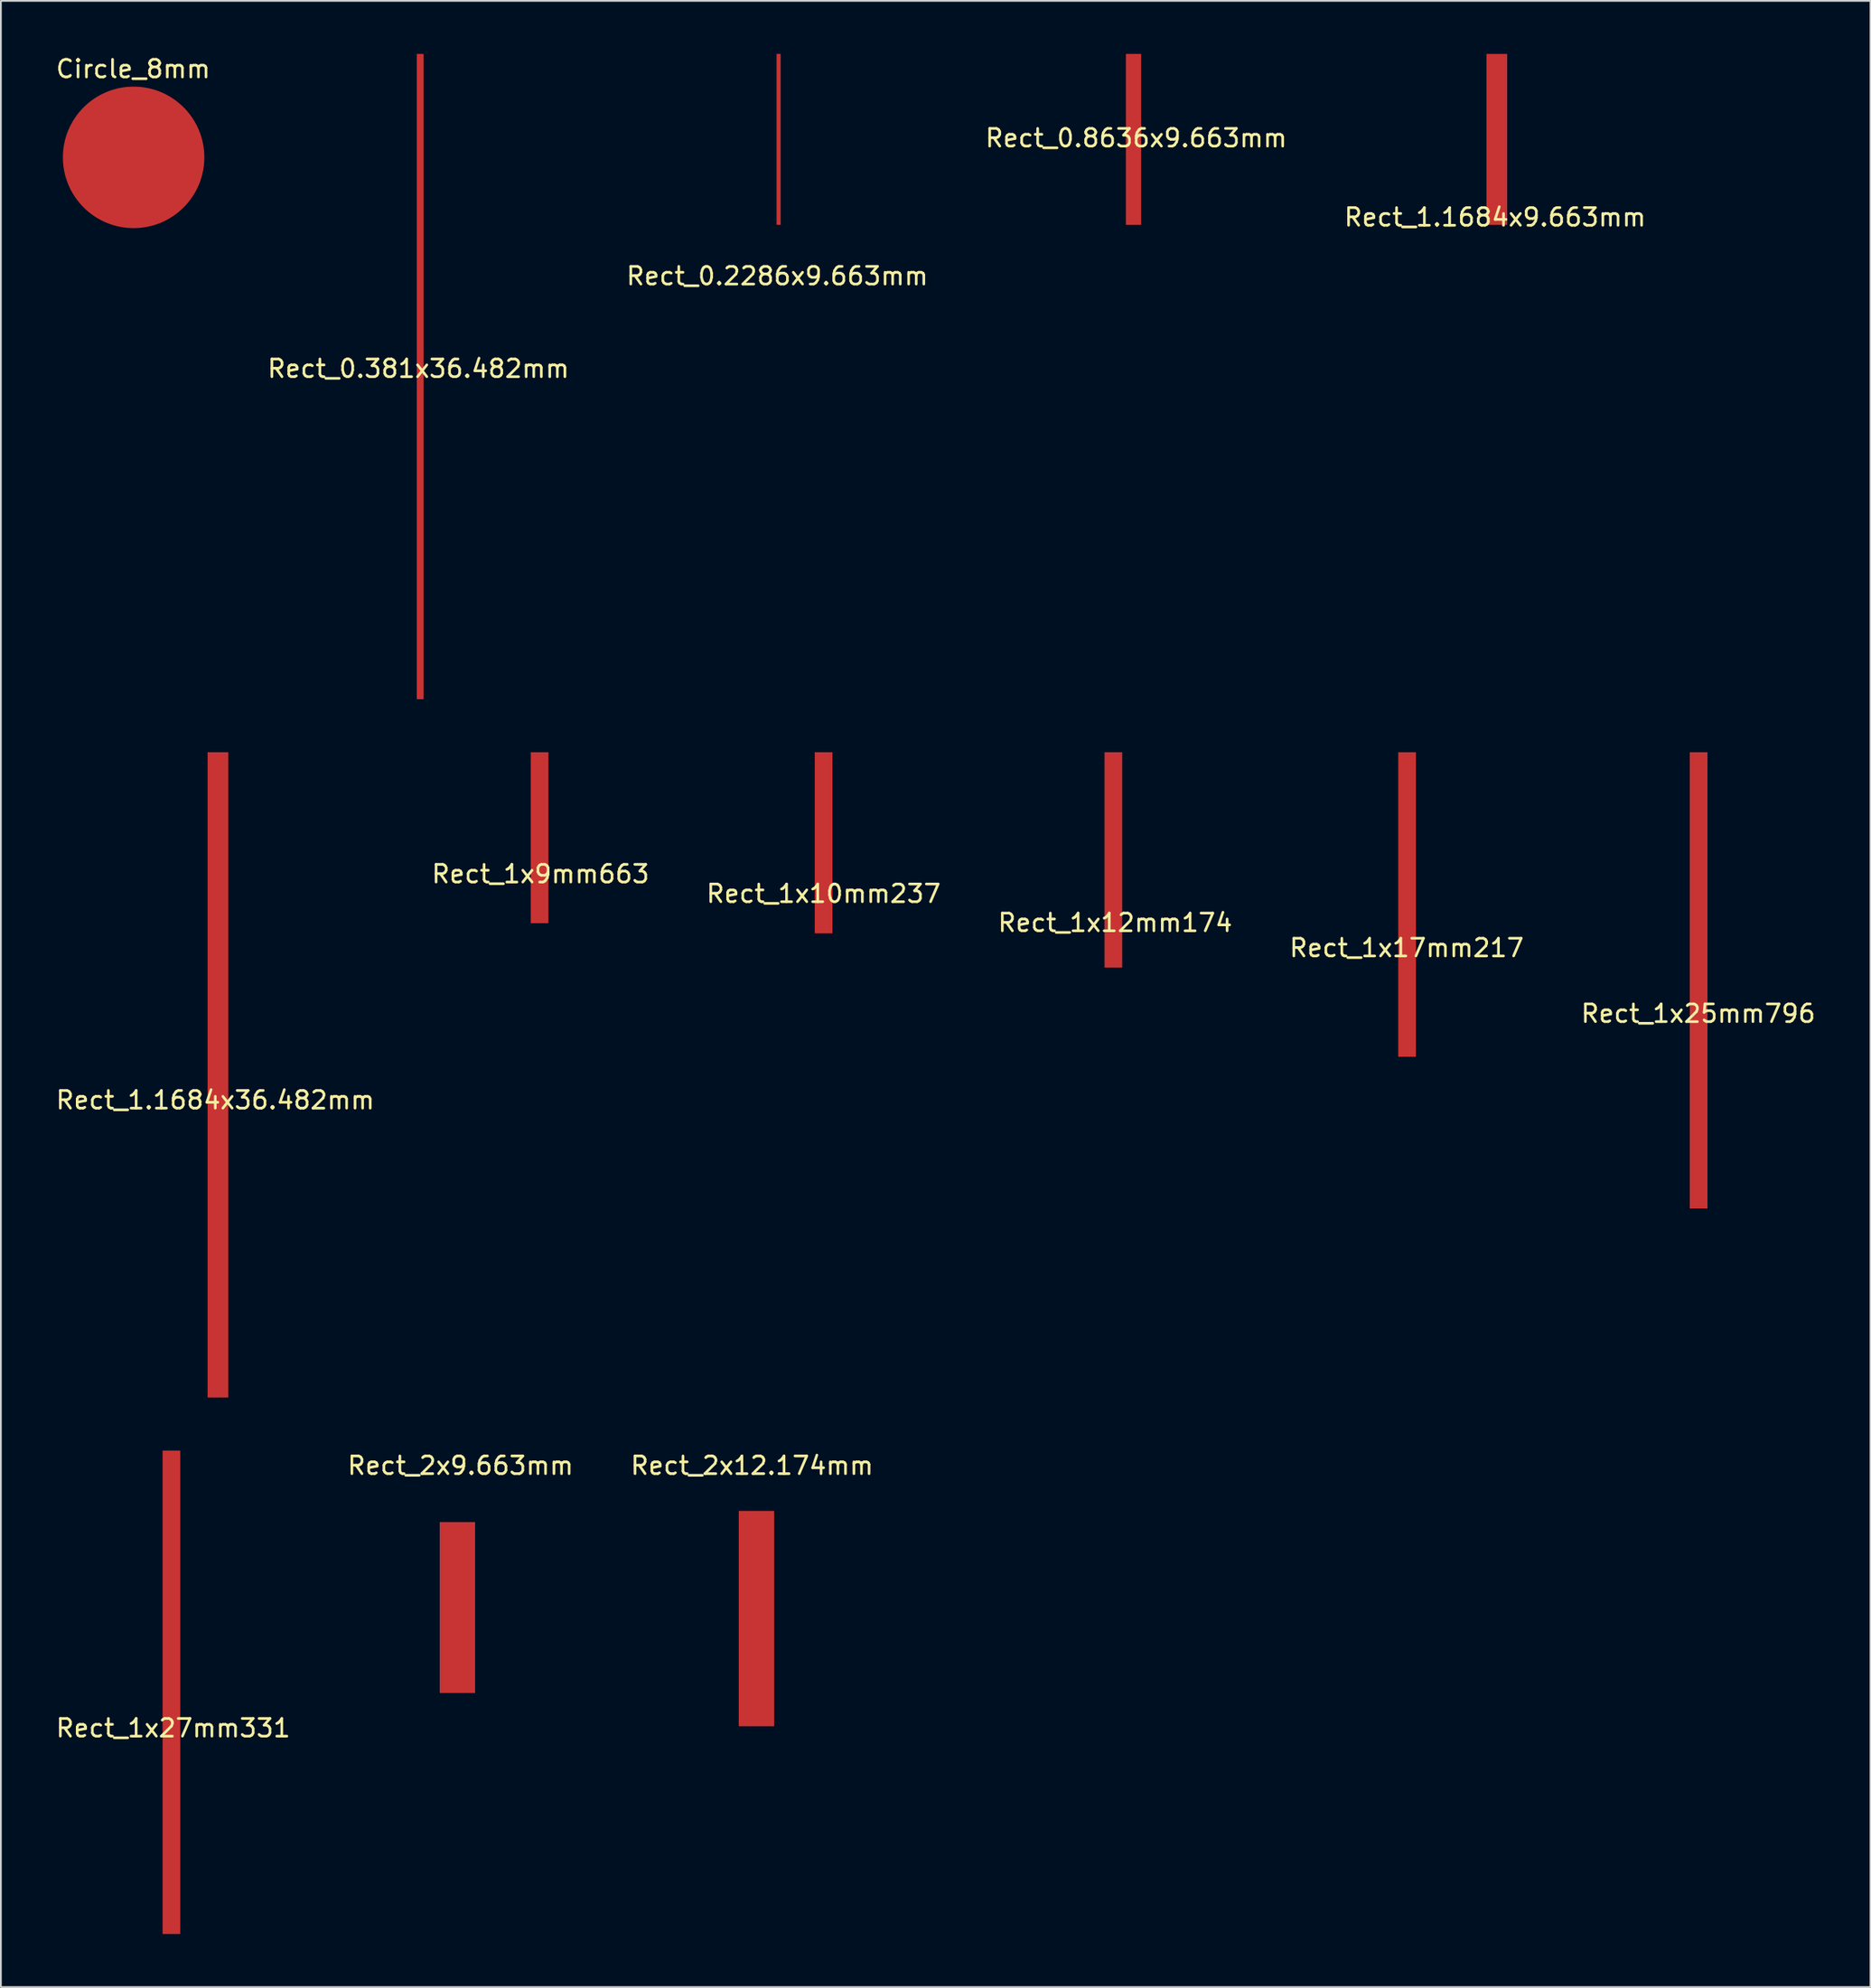
<source format=kicad_pcb>
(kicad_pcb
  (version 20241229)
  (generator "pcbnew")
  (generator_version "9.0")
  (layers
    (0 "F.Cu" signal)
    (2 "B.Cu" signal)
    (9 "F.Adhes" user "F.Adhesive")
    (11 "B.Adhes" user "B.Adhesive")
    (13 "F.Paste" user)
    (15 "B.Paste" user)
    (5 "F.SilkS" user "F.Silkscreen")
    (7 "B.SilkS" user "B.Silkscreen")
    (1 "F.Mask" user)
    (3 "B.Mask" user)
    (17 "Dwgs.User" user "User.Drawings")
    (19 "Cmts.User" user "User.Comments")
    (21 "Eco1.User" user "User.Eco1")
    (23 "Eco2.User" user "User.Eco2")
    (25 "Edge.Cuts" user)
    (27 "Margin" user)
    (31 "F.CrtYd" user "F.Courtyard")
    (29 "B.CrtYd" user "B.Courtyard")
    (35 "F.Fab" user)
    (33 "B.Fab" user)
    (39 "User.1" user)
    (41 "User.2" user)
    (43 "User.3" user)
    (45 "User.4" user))
  (footprint "Rect_2x12.174mm"
    (layer "F.Cu")
    (at 39.482 79.312)
    (property "Reference" "Rect_2x12.174mm" (at 0 0.5 0) (layer "F.SilkS") (effects (font (size 1 1) (thickness 0.15))))
    (attr through_hole)
    (pad "1" smd rect (at 0.25 9.15) (size 2 12.174) (layers "F.Cu" "F.Mask" "F.Paste")))
  (footprint "Rect_0.381x36.482mm"
    (layer "F.Cu")
    (at 20.613 17.291)
    (property "Reference" "Rect_0.381x36.482mm" (at 0 0.5 0) (layer "F.SilkS") (effects (font (size 1 1) (thickness 0.15))))
    (attr through_hole)
    (pad "1" smd rect (at 0.1 0.95) (size 0.381 36.482) (layers "F.Cu" "F.Mask" "F.Paste")))
  (footprint "Rect_1x12mm174"
    (layer "F.Cu")
    (at 60.018 48.619)
    (property "Reference" "Rect_1x12mm174" (at 0 0.5 0) (layer "F.SilkS") (effects (font (size 1 1) (thickness 0.15))))
    (attr through_hole)
    (pad "1" smd rect (at -0.1 -3.05) (size 1 12.174) (layers "F.Cu" "F.Mask" "F.Paste")))
  (footprint "Rect_2x9.663mm"
    (layer "F.Cu")
    (at 22.994 79.312)
    (property "Reference" "Rect_2x9.663mm" (at 0 0.5 0) (layer "F.SilkS") (effects (font (size 1 1) (thickness 0.15))))
    (attr through_hole)
    (pad "1" smd rect (at -0.175 8.525) (size 2 9.663) (layers "F.Cu" "F.Mask" "F.Paste")))
  (footprint "Rect_1.1684x9.663mm"
    (layer "F.Cu")
    (at 81.506 8.732)
    (property "Reference" "Rect_1.1684x9.663mm" (at 0 0.5 0) (layer "F.SilkS") (effects (font (size 1 1) (thickness 0.15))))
    (attr through_hole)
    (pad "1" smd rect (at 0.1 -3.9) (size 1.168 9.663) (layers "F.Cu" "F.Mask" "F.Paste")))
  (footprint "Rect_0.8636x9.663mm"
    (layer "F.Cu")
    (at 61.208 4.256)
    (property "Reference" "Rect_0.8636x9.663mm" (at 0 0.5 0) (layer "F.SilkS") (effects (font (size 1 1) (thickness 0.15))))
    (attr through_hole)
    (pad "1" smd rect (at -0.15 0.575) (size 0.864 9.663) (layers "F.Cu" "F.Mask" "F.Paste")))
  (footprint "Rect_1x17mm217"
    (layer "F.Cu")
    (at 76.506 50.041)
    (property "Reference" "Rect_1x17mm217" (at 0 0.5 0) (layer "F.SilkS") (effects (font (size 1 1) (thickness 0.15))))
    (attr through_hole)
    (pad "1" smd rect (at 0.025 -1.95) (size 1 17.217) (layers "F.Cu" "F.Mask" "F.Paste")))
  (footprint "Rect_1.1684x36.482mm"
    (layer "F.Cu")
    (at 9.125 58.648)
    (property "Reference" "Rect_1.1684x36.482mm" (at 0 0.5 0) (layer "F.SilkS") (effects (font (size 1 1) (thickness 0.15))))
    (attr through_hole)
    (pad "1" smd rect (at 0.15 -0.925) (size 1.168 36.482) (layers "F.Cu" "F.Mask" "F.Paste")))
  (footprint "Rect_1x27mm331"
    (layer "F.Cu")
    (at 6.744 94.154)
    (property "Reference" "Rect_1x27mm331" (at 0 0.5 0) (layer "F.SilkS") (effects (font (size 1 1) (thickness 0.15))))
    (attr through_hole)
    (pad "1" smd rect (at -0.1 -1.525) (size 1 27.331) (layers "F.Cu" "F.Mask" "F.Paste")))
  (footprint "Circle_8mm"
    (layer "F.Cu")
    (at 4.482 0.348)
    (property "Reference" "Circle_8mm" (at 0 0.5 0) (layer "F.SilkS") (effects (font (size 1 1) (thickness 0.15))))
    (attr through_hole)
    (pad "1" smd circle (at 0.025 5.5) (size 8 8) (layers "F.Cu" "F.Mask" "F.Paste")))
  (footprint "Rect_1x10mm237"
    (layer "F.Cu")
    (at 43.53 46.975)
    (property "Reference" "Rect_1x10mm237" (at 0 0.5 0) (layer "F.SilkS") (effects (font (size 1 1) (thickness 0.15))))
    (attr through_hole)
    (pad "1" smd rect (at 0 -2.375) (size 1 10.237) (layers "F.Cu" "F.Mask" "F.Paste")))
  (footprint "Rect_1x25mm796"
    (layer "F.Cu")
    (at 92.994 53.755)
    (property "Reference" "Rect_1x25mm796" (at 0 0.5 0) (layer "F.SilkS") (effects (font (size 1 1) (thickness 0.15))))
    (attr through_hole)
    (pad "1" smd rect (at 0.025 -1.375) (size 1 25.796) (layers "F.Cu" "F.Mask" "F.Paste")))
  (footprint "Rect_1x9mm663"
    (layer "F.Cu")
    (at 27.518 45.864)
    (property "Reference" "Rect_1x9mm663" (at 0 0.5 0) (layer "F.SilkS") (effects (font (size 1 1) (thickness 0.15))))
    (attr through_hole)
    (pad "1" smd rect (at -0.05 -1.55) (size 1 9.663) (layers "F.Cu" "F.Mask" "F.Paste")))
  (footprint "Rect_0.2286x9.663mm"
    (layer "F.Cu")
    (at 40.911 12.056)
    (property "Reference" "Rect_0.2286x9.663mm" (at 0 0.5 0) (layer "F.SilkS") (effects (font (size 1 1) (thickness 0.15))))
    (attr through_hole)
    (pad "1" smd rect (at 0.075 -7.225) (size 0.229 9.663) (layers "F.Cu" "F.Mask" "F.Paste")))
  (gr_rect
    (start -3 -3)
    (end 102.738 109.295)
    (stroke (width 0.1) (type default))
    (fill no)
    (layer "Edge.Cuts")))
</source>
